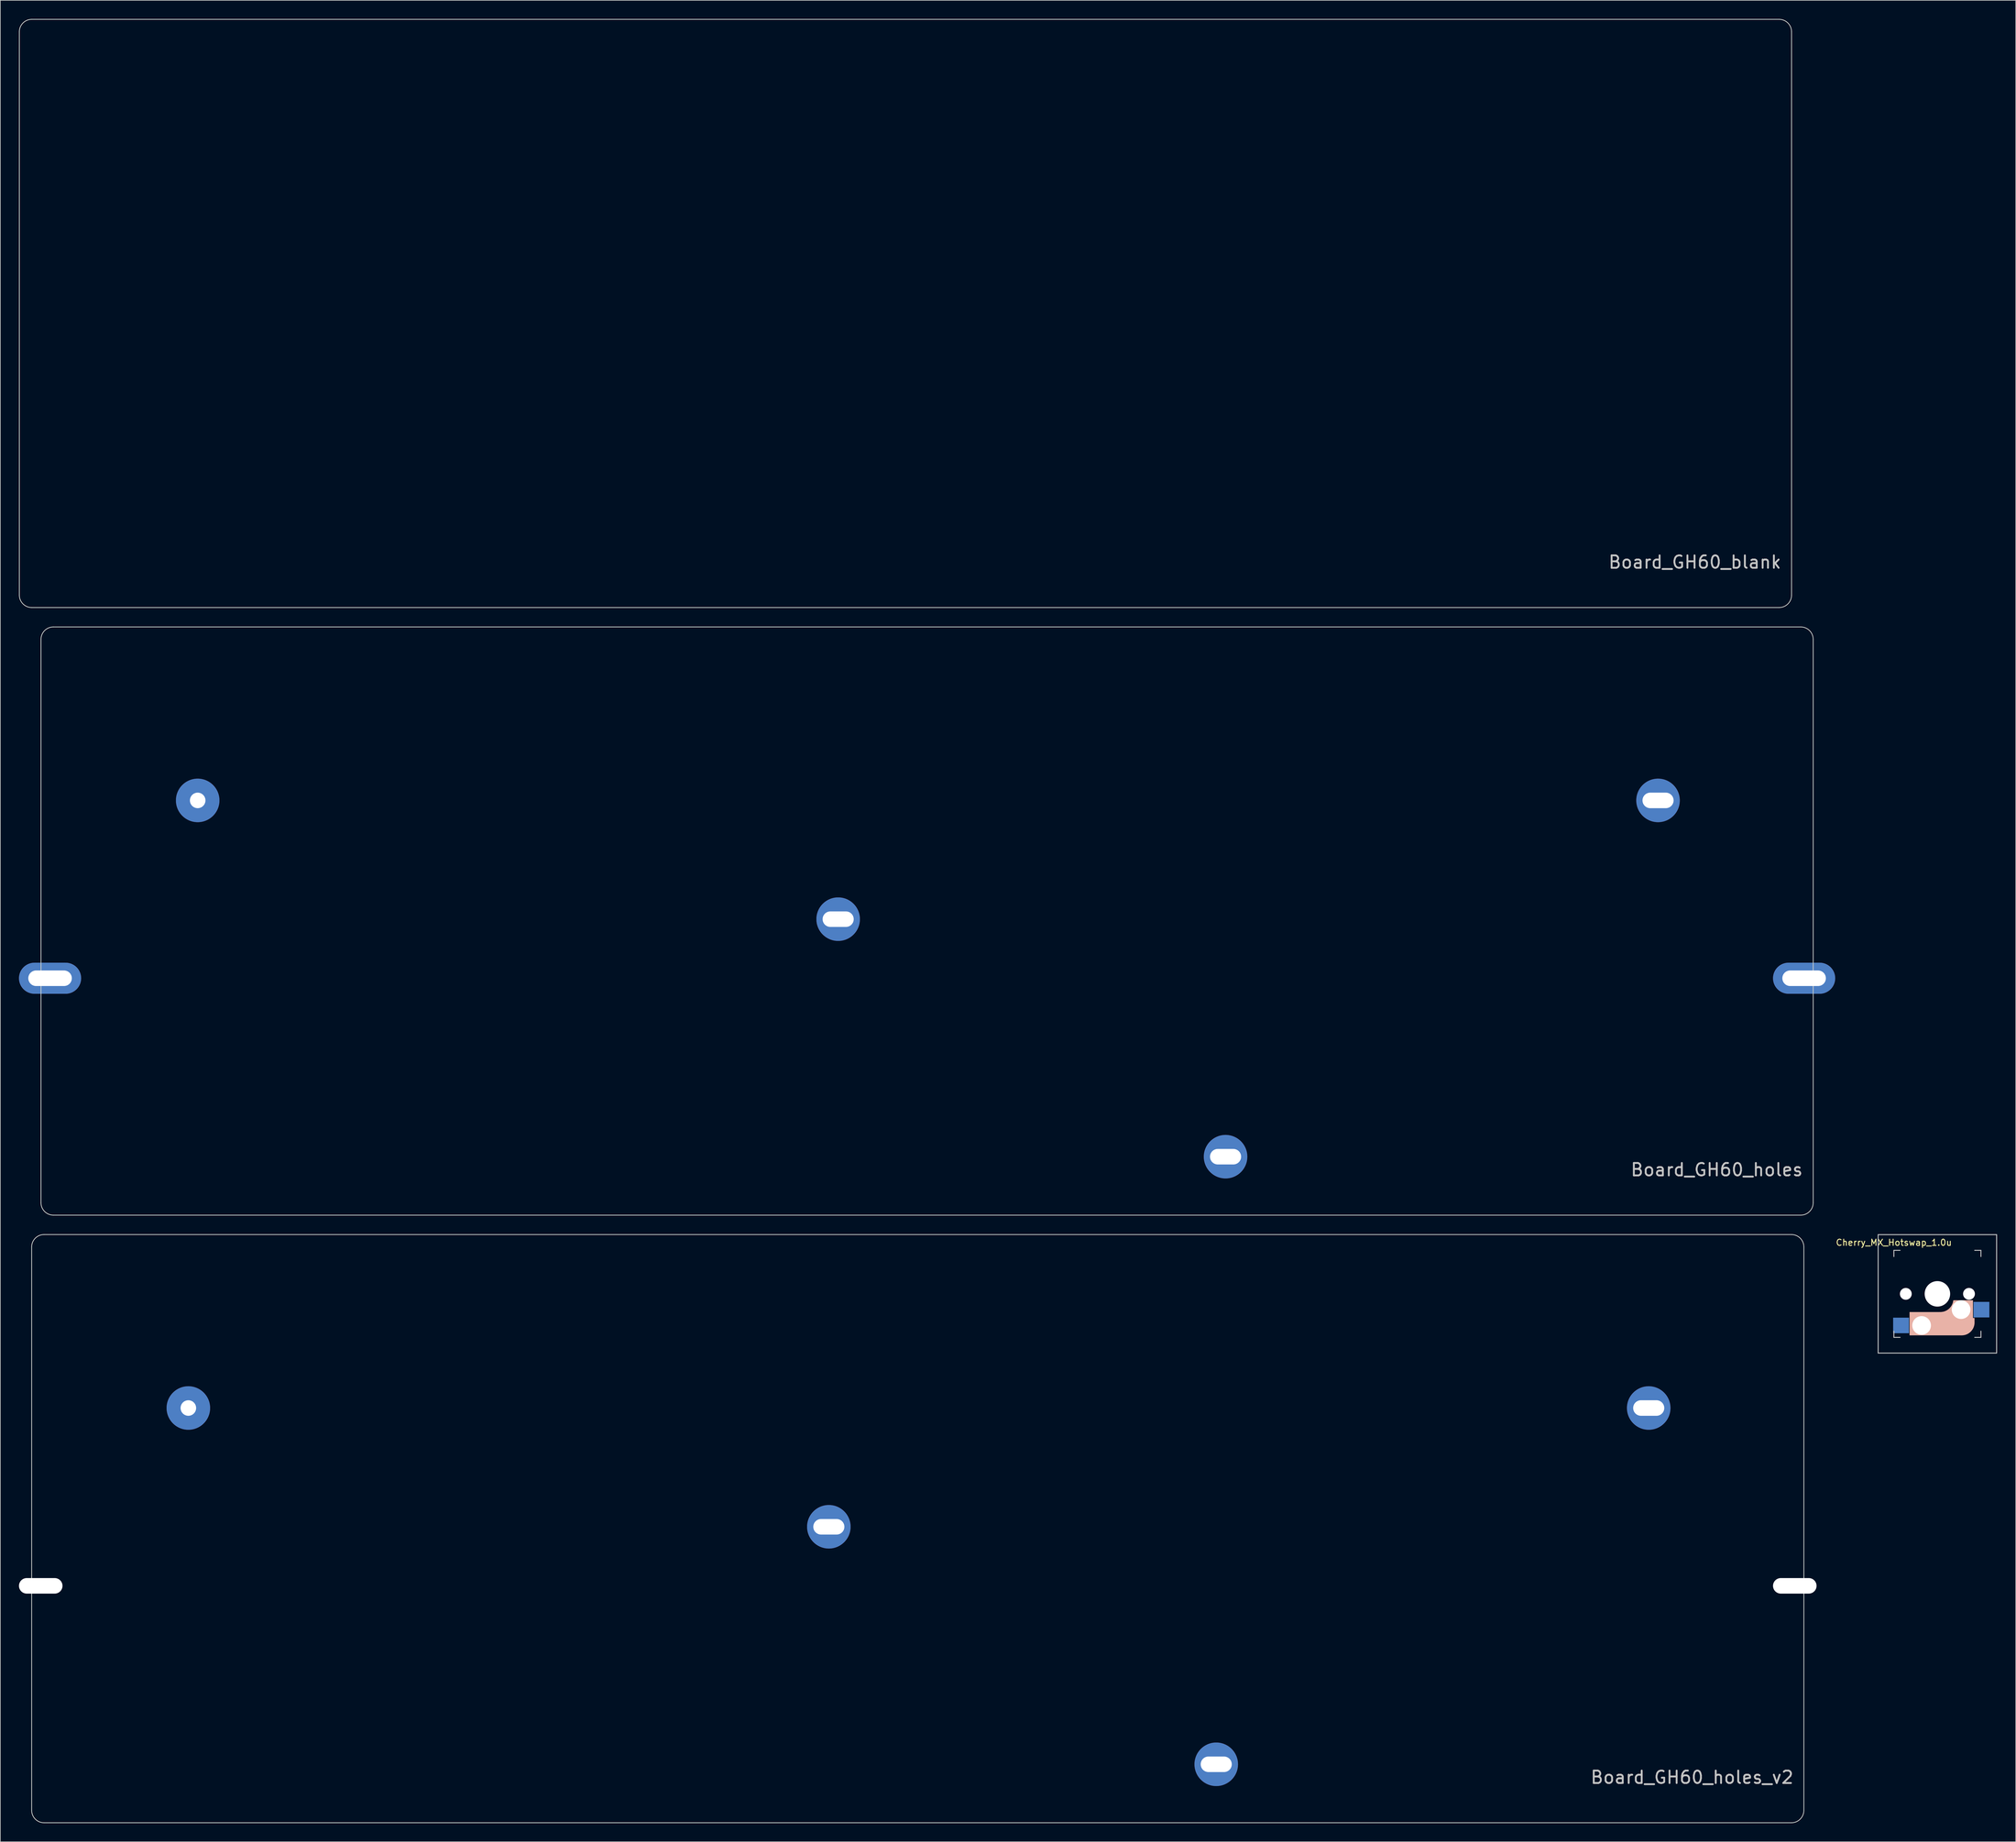
<source format=kicad_pcb>
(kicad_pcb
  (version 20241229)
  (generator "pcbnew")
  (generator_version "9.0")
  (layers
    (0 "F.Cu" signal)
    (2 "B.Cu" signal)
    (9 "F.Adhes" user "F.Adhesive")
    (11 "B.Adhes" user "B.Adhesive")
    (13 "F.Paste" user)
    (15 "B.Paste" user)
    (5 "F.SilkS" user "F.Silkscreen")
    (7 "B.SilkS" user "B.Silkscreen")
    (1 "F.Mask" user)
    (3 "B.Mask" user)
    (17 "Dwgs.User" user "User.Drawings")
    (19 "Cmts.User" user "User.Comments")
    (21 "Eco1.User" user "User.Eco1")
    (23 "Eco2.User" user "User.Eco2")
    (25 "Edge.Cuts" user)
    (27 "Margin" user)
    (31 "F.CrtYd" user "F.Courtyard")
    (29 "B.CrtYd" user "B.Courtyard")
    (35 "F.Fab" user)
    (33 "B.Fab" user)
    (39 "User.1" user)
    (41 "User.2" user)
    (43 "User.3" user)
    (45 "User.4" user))
  (footprint "Board_GH60_blank"
    (layer "F.Cu")
    (at 142.56 47.36)
    (property "Reference" "Board_GH60_blank" (at 141 40 0) (layer "Dwgs.User") (effects (font (size 2 2) (thickness 0.3)) (justify right)))
    (attr through_hole)
    (fp_line (start -142.5 -45.3) (end -142.5 45.3) (stroke (width 0.12) (type solid)) (layer "Edge.Cuts"))
    (fp_line (start -140.5 47.3) (end 140.5 47.3) (stroke (width 0.12) (type solid)) (layer "Edge.Cuts"))
    (fp_line (start 140.5 -47.3) (end -140.5 -47.3) (stroke (width 0.12) (type solid)) (layer "Edge.Cuts"))
    (fp_line (start 142.5 45.3) (end 142.5 -45.3) (stroke (width 0.12) (type solid)) (layer "Edge.Cuts"))
    (fp_arc (start -142.5 -45.3) (mid -141.914214 -46.714214) (end -140.5 -47.3) (stroke (width 0.12) (type solid)) (layer "Edge.Cuts"))
    (fp_arc (start -140.5 47.3) (mid -141.914214 46.714214) (end -142.5 45.3) (stroke (width 0.12) (type solid)) (layer "Edge.Cuts"))
    (fp_arc (start 140.5 -47.3) (mid 141.914214 -46.714214) (end 142.5 -45.3) (stroke (width 0.12) (type solid)) (layer "Edge.Cuts"))
    (fp_arc (start 142.5 45.3) (mid 141.914214 46.714214) (end 140.5 47.3) (stroke (width 0.12) (type solid)) (layer "Edge.Cuts")))
  (footprint "Board_GH60_holes_v2"
    (layer "F.Cu")
    (at 144.54 242.8)
    (property "Reference" "Board_GH60_holes_v2" (at 141 40 0) (layer "Dwgs.User") (effects (font (size 2 2) (thickness 0.3)) (justify right)))
    (attr through_hole)
    (fp_line (start -142.5 -45.3) (end -142.5 45.3) (stroke (width 0.12) (type solid)) (layer "Edge.Cuts"))
    (fp_line (start -140.5 47.3) (end 140.5 47.3) (stroke (width 0.12) (type solid)) (layer "Edge.Cuts"))
    (fp_line (start 140.5 -47.3) (end -140.5 -47.3) (stroke (width 0.12) (type solid)) (layer "Edge.Cuts"))
    (fp_line (start 142.5 45.3) (end 142.5 -45.3) (stroke (width 0.12) (type solid)) (layer "Edge.Cuts"))
    (fp_arc (start -142.5 -45.3) (mid -141.914214 -46.714214) (end -140.5 -47.3) (stroke (width 0.12) (type solid)) (layer "Edge.Cuts"))
    (fp_arc (start -140.5 47.3) (mid -141.914214 46.714214) (end -142.5 45.3) (stroke (width 0.12) (type solid)) (layer "Edge.Cuts"))
    (fp_arc (start 140.5 -47.3) (mid 141.914214 -46.714214) (end 142.5 -45.3) (stroke (width 0.12) (type solid)) (layer "Edge.Cuts"))
    (fp_arc (start 142.5 45.3) (mid 141.914214 46.714214) (end 140.5 47.3) (stroke (width 0.12) (type solid)) (layer "Edge.Cuts"))
    (pad "" np_thru_hole oval (at -141.04 9.2) (size 7 2.5) (drill oval 7 2.5) (layers "*.Cu" "*.Mask"))
    (pad "" thru_hole circle (at -117.3 -19.4) (size 7 7) (drill 2.5) (layers "*.Cu" "*.Mask"))
    (pad "" thru_hole circle (at -14.3 -0.3) (size 7 7) (drill oval 5 2.5) (layers "*.Cu" "*.Mask"))
    (pad "" thru_hole circle (at 48 37.9) (size 7 7) (drill oval 5 2.5) (layers "*.Cu" "*.Mask"))
    (pad "" thru_hole circle (at 117.55 -19.4) (size 7 7) (drill oval 5 2.5) (layers "*.Cu" "*.Mask"))
    (pad "" np_thru_hole oval (at 141.04 9.2) (size 7 2.5) (drill oval 7 2.5) (layers "*.Cu" "*.Mask")))
  (footprint "Board_GH60_holes"
    (layer "F.Cu")
    (at 146.04 145.08)
    (property "Reference" "Board_GH60_holes" (at 141 40 0) (layer "Dwgs.User") (effects (font (size 2 2) (thickness 0.3)) (justify right)))
    (attr through_hole)
    (fp_line (start -142.5 -45.3) (end -142.5 45.3) (stroke (width 0.12) (type solid)) (layer "Edge.Cuts"))
    (fp_line (start -140.5 47.3) (end 140.5 47.3) (stroke (width 0.12) (type solid)) (layer "Edge.Cuts"))
    (fp_line (start 140.5 -47.3) (end -140.5 -47.3) (stroke (width 0.12) (type solid)) (layer "Edge.Cuts"))
    (fp_line (start 142.5 45.3) (end 142.5 -45.3) (stroke (width 0.12) (type solid)) (layer "Edge.Cuts"))
    (fp_arc (start -142.5 -45.3) (mid -141.914214 -46.714214) (end -140.5 -47.3) (stroke (width 0.12) (type solid)) (layer "Edge.Cuts"))
    (fp_arc (start -140.5 47.3) (mid -141.914214 46.714214) (end -142.5 45.3) (stroke (width 0.12) (type solid)) (layer "Edge.Cuts"))
    (fp_arc (start 140.5 -47.3) (mid 141.914214 -46.714214) (end 142.5 -45.3) (stroke (width 0.12) (type solid)) (layer "Edge.Cuts"))
    (fp_arc (start 142.5 45.3) (mid 141.914214 46.714214) (end 140.5 47.3) (stroke (width 0.12) (type solid)) (layer "Edge.Cuts"))
    (pad "" thru_hole oval (at -141.04 9.2) (size 10 5) (drill oval 7 2.5) (layers "*.Cu" "*.Mask"))
    (pad "" thru_hole circle (at -117.3 -19.4) (size 7 7) (drill 2.5) (layers "*.Cu" "*.Mask"))
    (pad "" thru_hole circle (at -14.3 -0.3) (size 7 7) (drill oval 5 2.5) (layers "*.Cu" "*.Mask"))
    (pad "" thru_hole circle (at 48 37.9) (size 7 7) (drill oval 5 2.5) (layers "*.Cu" "*.Mask"))
    (pad "" thru_hole circle (at 117.55 -19.4) (size 7 7) (drill oval 5 2.5) (layers "*.Cu" "*.Mask"))
    (pad "" thru_hole oval (at 141.04 9.2) (size 10 5) (drill oval 7 2.5) (layers "*.Cu" "*.Mask")))
  (footprint "Cherry_MX_Hotswap_1.0u"
    (layer "F.Cu")
    (at 308.515 205.04)
    (property "Reference" "Cherry_MX_Hotswap_1.0u" (at -7 -8.25 180) (layer "F.SilkS") (effects (font (size 1 1) (thickness 0.15))))
    (attr through_hole)
    (fp_line (start -4.4 3) (end -4.4 6.6) (stroke (width 0.15) (type solid)) (layer "B.SilkS"))
    (fp_line (start -4.4 6.6) (end 3.8 6.6) (stroke (width 0.15) (type solid)) (layer "B.SilkS"))
    (fp_line (start -4.38 4) (end -4.38 6.25) (stroke (width 0.15) (type solid)) (layer "B.SilkS"))
    (fp_line (start -4.25 6.4) (end -3 6.4) (stroke (width 0.4) (type solid)) (layer "B.SilkS"))
    (fp_line (start -4.2 3.25) (end -2.9 3.3) (stroke (width 0.5) (type solid)) (layer "B.SilkS"))
    (fp_line (start -3.9 6) (end -3.9 3.5) (stroke (width 1) (type solid)) (layer "B.SilkS"))
    (fp_line (start -2.6 4.8) (end 4.1 4.8) (stroke (width 3.5) (type solid)) (layer "B.SilkS"))
    (fp_line (start 0.4 3) (end -4.4 3) (stroke (width 0.15) (type solid)) (layer "B.SilkS"))
    (fp_line (start 4.17 5.1) (end 4.17 2.86) (stroke (width 3) (type solid)) (layer "B.SilkS"))
    (fp_line (start 5.3 1.6) (end 5.3 3.4) (stroke (width 0.8) (type solid)) (layer "B.SilkS"))
    (fp_line (start 5.45 1.3) (end 3 1.3) (stroke (width 0.5) (type solid)) (layer "B.SilkS"))
    (fp_line (start 5.65 1.1) (end 2.62 1.1) (stroke (width 0.15) (type solid)) (layer "B.SilkS"))
    (fp_line (start 5.65 5.55) (end 5.65 1.1) (stroke (width 0.15) (type solid)) (layer "B.SilkS"))
    (fp_line (start 5.8 4.05) (end 5.8 4.7) (stroke (width 0.3) (type solid)) (layer "B.SilkS"))
    (fp_line (start 5.9 3.95) (end 5.7 3.95) (stroke (width 0.15) (type solid)) (layer "B.SilkS"))
    (fp_line (start 5.9 4.7) (end 5.9 3.95) (stroke (width 0.15) (type solid)) (layer "B.SilkS"))
    (fp_arc (start 2.616318 1.121471) (mid 1.868709 2.486118) (end 0.4 3) (stroke (width 0.15) (type solid)) (layer "B.SilkS"))
    (fp_arc (start 3.016318 1.521471) (mid 2.268709 2.886118) (end 0.8 3.4) (stroke (width 1) (type solid)) (layer "B.SilkS"))
    (fp_arc (start 5.9 4.699999) (mid 5.243504 6.084924) (end 3.800001 6.6) (stroke (width 0.15) (type solid)) (layer "B.SilkS"))
    (fp_line (start -9.525 -9.525) (end 9.525 -9.525) (stroke (width 0.15) (type solid)) (layer "Dwgs.User"))
    (fp_line (start -9.525 9.525) (end -9.525 -9.525) (stroke (width 0.15) (type solid)) (layer "Dwgs.User"))
    (fp_line (start -7 -7) (end -7 -6) (stroke (width 0.15) (type solid)) (layer "Dwgs.User"))
    (fp_line (start -7 7) (end -7 6) (stroke (width 0.15) (type solid)) (layer "Dwgs.User"))
    (fp_line (start -7 7) (end -6 7) (stroke (width 0.15) (type solid)) (layer "Dwgs.User"))
    (fp_line (start -6 -7) (end -7 -7) (stroke (width 0.15) (type solid)) (layer "Dwgs.User"))
    (fp_line (start 7 -7) (end 6 -7) (stroke (width 0.15) (type solid)) (layer "Dwgs.User"))
    (fp_line (start 7 -6) (end 7 -7) (stroke (width 0.15) (type solid)) (layer "Dwgs.User"))
    (fp_line (start 7 6) (end 7 7) (stroke (width 0.15) (type solid)) (layer "Dwgs.User"))
    (fp_line (start 7 7) (end 6 7) (stroke (width 0.15) (type solid)) (layer "Dwgs.User"))
    (fp_line (start 9.525 -9.525) (end 9.525 9.525) (stroke (width 0.15) (type solid)) (layer "Dwgs.User"))
    (fp_line (start 9.525 9.525) (end -9.525 9.525) (stroke (width 0.15) (type solid)) (layer "Dwgs.User"))
    (pad "" np_thru_hole circle (at -5.08 0 180) (size 1.9 1.9) (drill 1.9) (layers "*.Cu" "*.Mask"))
    (pad "" np_thru_hole circle (at -2.54 5.08 180) (size 3 3) (drill 3) (layers "*.Cu" "*.Mask"))
    (pad "" np_thru_hole circle (at 0 0 270) (size 4.1 4.1) (drill 4.1) (layers "*.Cu" "*.Mask"))
    (pad "" np_thru_hole circle (at 3.81 2.54 180) (size 3 3) (drill 3) (layers "*.Cu" "*.Mask"))
    (pad "" np_thru_hole circle (at 5.08 0 180) (size 1.9 1.9) (drill 1.9) (layers "*.Cu" "*.Mask"))
    (pad "1" smd rect (at 7.085 2.54) (size 2.55 2.5) (layers "B.Cu" "B.Mask" "B.Paste"))
    (pad "2" smd rect (at -5.842 5.08) (size 2.55 2.5) (layers "B.Cu" "B.Mask" "B.Paste")))
  (gr_rect
    (start -3 -3)
    (end 321.115 293.16)
    (stroke (width 0.1) (type default))
    (fill no)
    (layer "Edge.Cuts")))
</source>
